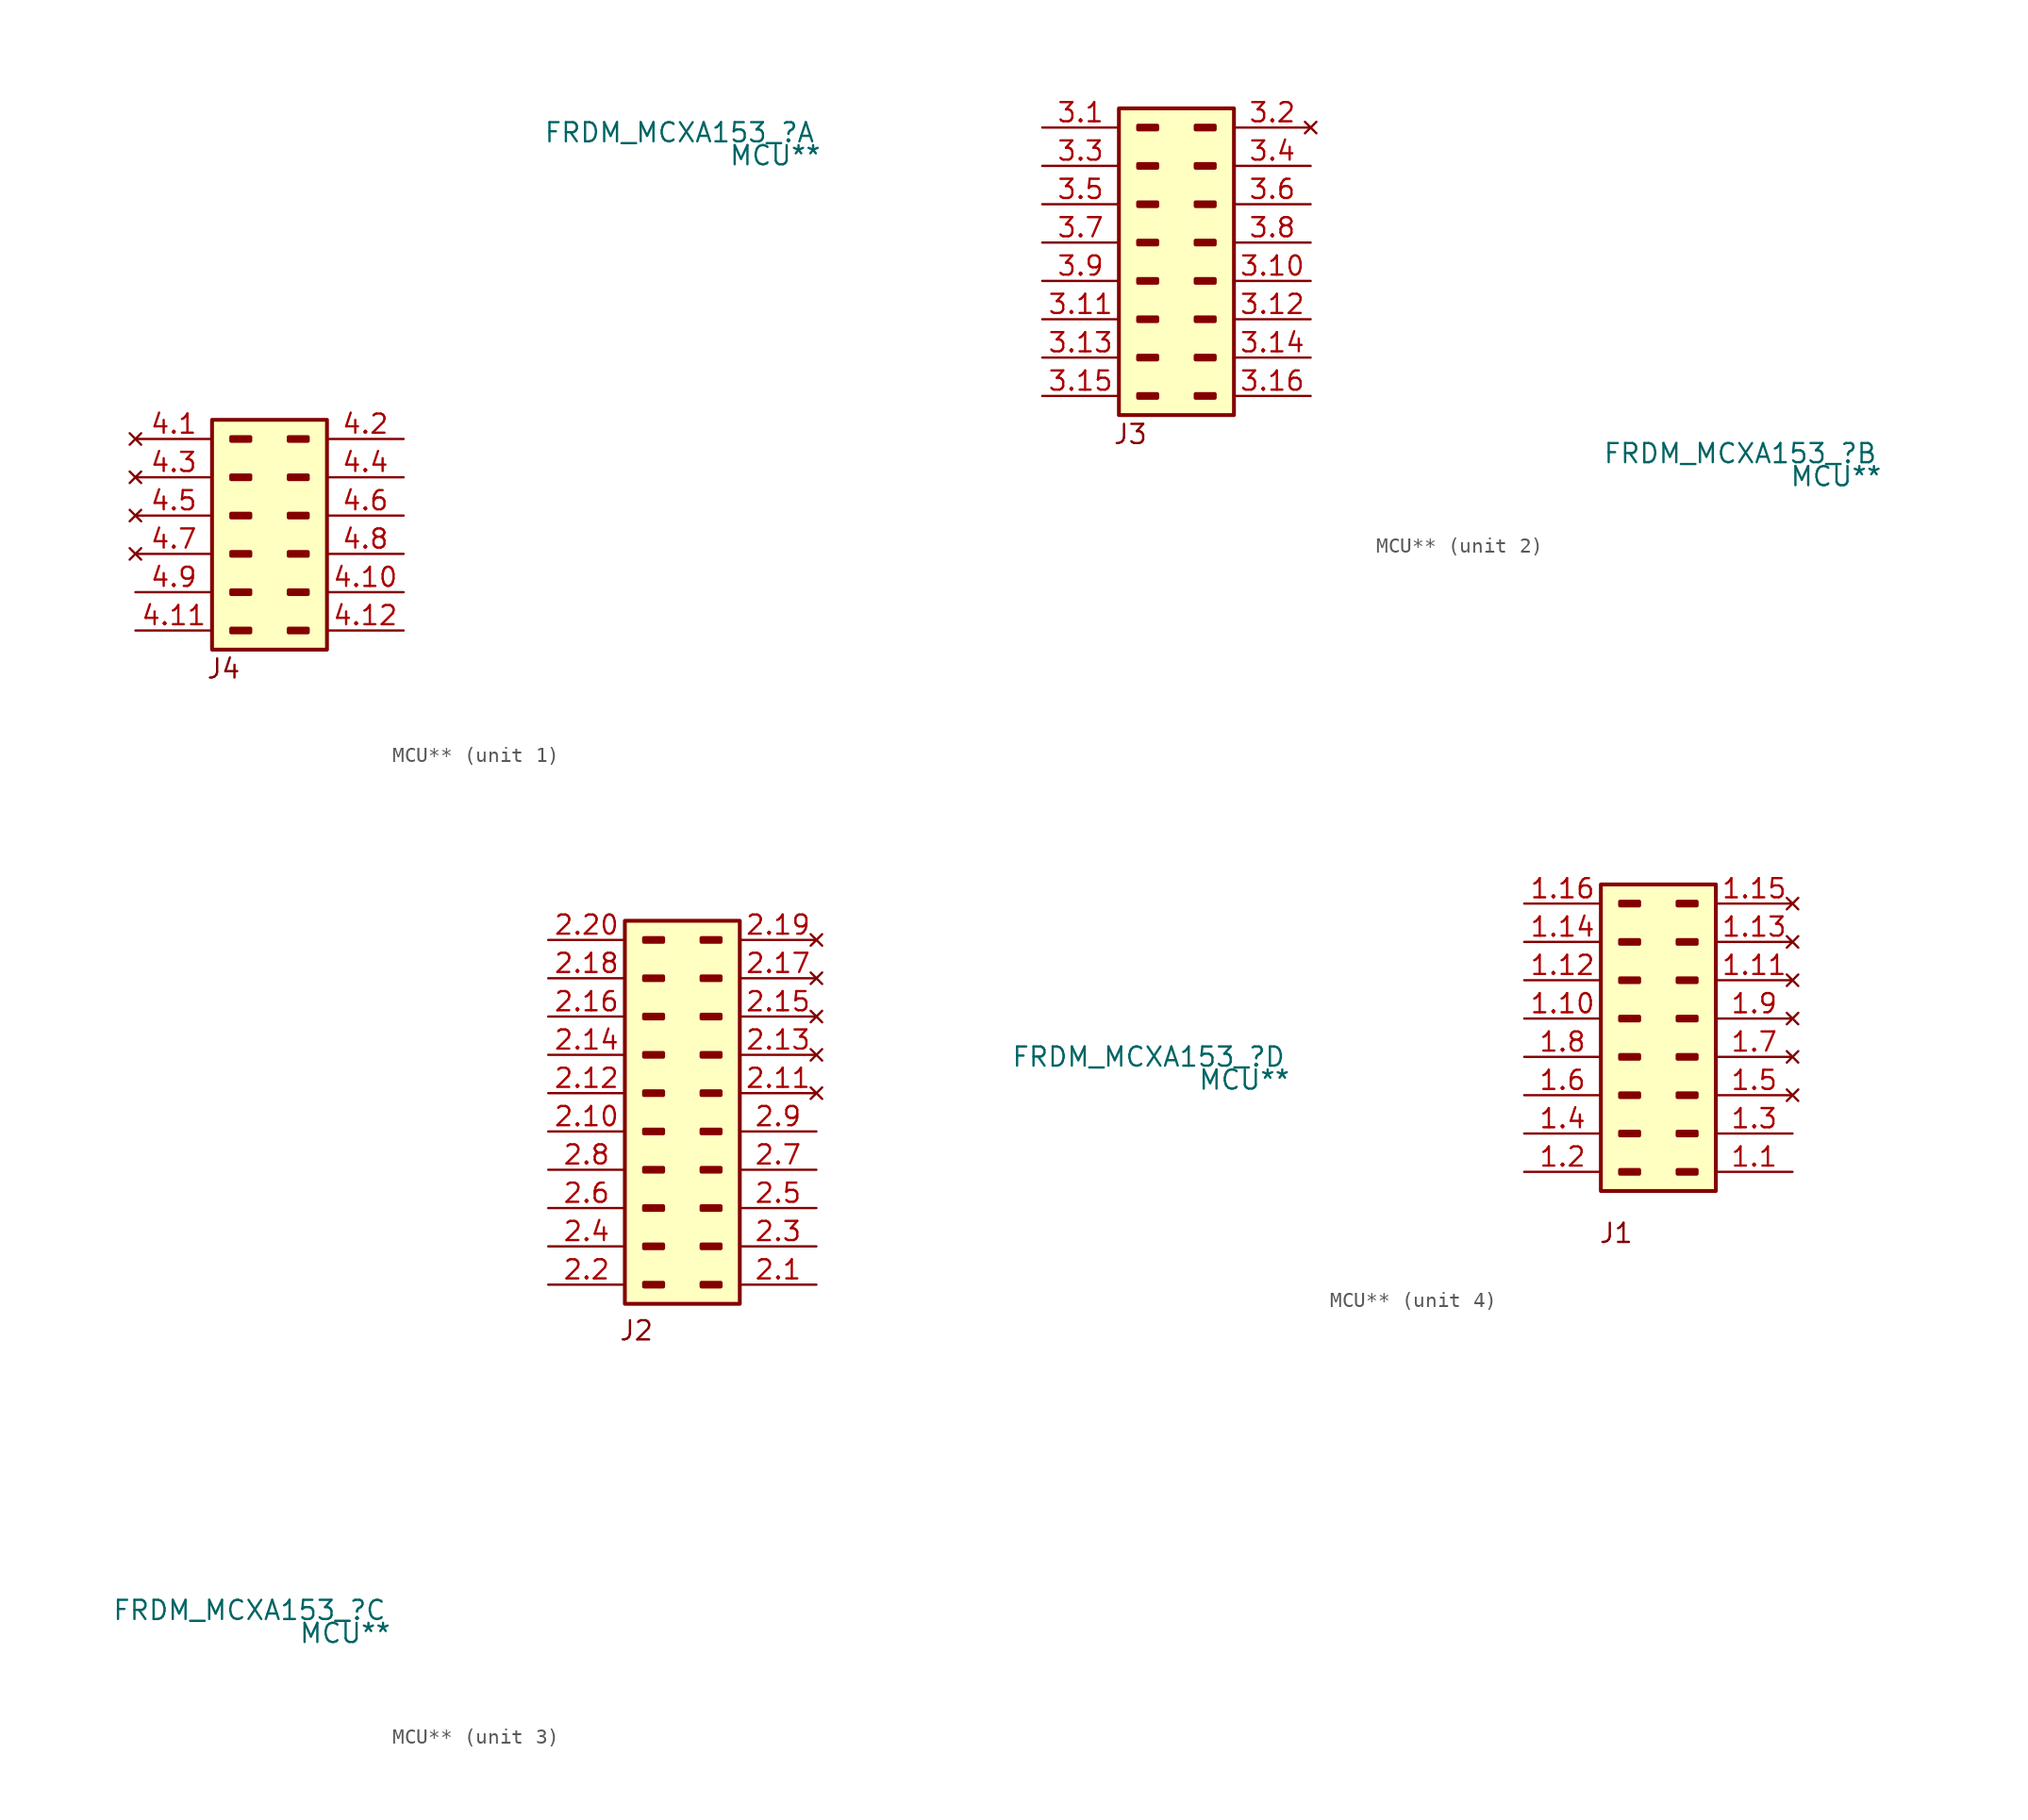
<source format=kicad_sym>
(kicad_symbol_lib
  (version 20241209)
  (generator "kicad_symbol_editor")
  (generator_version "9.0")
  (symbol "MCU**"
    (property "Reference" "FRDM_MCXA153_"
      (at 10.668 36.83 0)
      (effects (font (size 1.27 1.27))))
    (property "Value" "MCU**"
      (at 17.018 35.306 0)
      (effects (font (size 1.27 1.27))))
    (symbol "MCU**_1_0"
      (rectangle (start -20.32 17.78) (end -12.7 2.54) (stroke (width 0.254) (type solid)) (fill (type background)))
      (rectangle (start -19.05 16.637) (end -17.78 16.383) (stroke (width 0.254) (type solid)) (fill (type none)))
      (rectangle (start -19.05 14.097) (end -17.78 13.843) (stroke (width 0.254) (type solid)) (fill (type none)))
      (rectangle (start -19.05 11.557) (end -17.78 11.303) (stroke (width 0.254) (type solid)) (fill (type none)))
      (rectangle (start -19.05 9.017) (end -17.78 8.763) (stroke (width 0.254) (type solid)) (fill (type none)))
      (rectangle (start -19.05 6.477) (end -17.78 6.223) (stroke (width 0.254) (type solid)) (fill (type none)))
      (rectangle (start -19.05 3.937) (end -17.78 3.683) (stroke (width 0.254) (type solid)) (fill (type none)))
      (rectangle (start -15.24 16.637) (end -13.97 16.383) (stroke (width 0.254) (type solid)) (fill (type none)))
      (rectangle (start -15.24 14.097) (end -13.97 13.843) (stroke (width 0.254) (type solid)) (fill (type none)))
      (rectangle (start -15.24 11.557) (end -13.97 11.303) (stroke (width 0.254) (type solid)) (fill (type none)))
      (rectangle (start -15.24 9.017) (end -13.97 8.763) (stroke (width 0.254) (type solid)) (fill (type none)))
      (rectangle (start -15.24 6.477) (end -13.97 6.223) (stroke (width 0.254) (type solid)) (fill (type none)))
      (rectangle (start -15.24 3.937) (end -13.97 3.683) (stroke (width 0.254) (type solid)) (fill (type none)))
      (pin no_connect line (at -25.4 16.51 0) (length 5.08) (name "Pin_1" (effects (font (size 0 0)))) (number "4.1" (effects (font (size 1.27 1.27)))))
      (pin no_connect line (at -25.4 13.97 0) (length 5.08) (name "Pin_3" (effects (font (size 0 0)))) (number "4.3" (effects (font (size 1.27 1.27)))))
      (pin no_connect line (at -25.4 11.43 0) (length 5.08) (name "Pin_5" (effects (font (size 0 0)))) (number "4.5" (effects (font (size 1.27 1.27)))))
      (pin no_connect line (at -25.4 8.89 0) (length 5.08) (name "Pin_7" (effects (font (size 0 0)))) (number "4.7" (effects (font (size 1.27 1.27)))))
      (pin passive line (at -25.4 6.35 0) (length 5.08) (name "Pin_9" (effects (font (size 0 0)))) (number "4.9" (effects (font (size 1.27 1.27)))))
      (pin passive line (at -25.4 3.81 0) (length 5.08) (name "Pin_11" (effects (font (size 0 0)))) (number "4.11" (effects (font (size 1.27 1.27)))))
      (pin passive line (at -7.62 16.51 180) (length 5.08) (name "Pin_2" (effects (font (size 0 0)))) (number "4.2" (effects (font (size 1.27 1.27)))))
      (pin passive line (at -7.62 13.97 180) (length 5.08) (name "Pin_4" (effects (font (size 0 0)))) (number "4.4" (effects (font (size 1.27 1.27)))))
      (pin passive line (at -7.62 11.43 180) (length 5.08) (name "Pin_6" (effects (font (size 0 0)))) (number "4.6" (effects (font (size 1.27 1.27)))))
      (pin passive line (at -7.62 8.89 180) (length 5.08) (name "Pin_8" (effects (font (size 0 0)))) (number "4.8" (effects (font (size 1.27 1.27)))))
      (pin passive line (at -7.62 6.35 180) (length 5.08) (name "Pin_10" (effects (font (size 0 0)))) (number "4.10" (effects (font (size 1.27 1.27)))))
      (pin passive line (at -7.62 3.81 180) (length 5.08) (name "Pin_12" (effects (font (size 0 0)))) (number "4.12" (effects (font (size 1.27 1.27))))))
    (symbol "MCU**_1_1"
      (text "J4" (at -19.558 1.27 0) (effects (font (size 1.27 1.27)))))
    (symbol "MCU**_2_0"
      (rectangle (start -30.48 59.69) (end -22.86 39.37) (stroke (width 0.254) (type solid)) (fill (type background)))
      (rectangle (start -29.21 58.547) (end -27.94 58.293) (stroke (width 0.254) (type solid)) (fill (type none)))
      (rectangle (start -29.21 56.007) (end -27.94 55.753) (stroke (width 0.254) (type solid)) (fill (type none)))
      (rectangle (start -29.21 53.467) (end -27.94 53.213) (stroke (width 0.254) (type solid)) (fill (type none)))
      (rectangle (start -29.21 50.927) (end -27.94 50.673) (stroke (width 0.254) (type solid)) (fill (type none)))
      (rectangle (start -29.21 48.387) (end -27.94 48.133) (stroke (width 0.254) (type solid)) (fill (type none)))
      (rectangle (start -29.21 45.847) (end -27.94 45.593) (stroke (width 0.254) (type solid)) (fill (type none)))
      (rectangle (start -29.21 43.307) (end -27.94 43.053) (stroke (width 0.254) (type solid)) (fill (type none)))
      (rectangle (start -29.21 40.767) (end -27.94 40.513) (stroke (width 0.254) (type solid)) (fill (type none)))
      (rectangle (start -25.4 58.547) (end -24.13 58.293) (stroke (width 0.254) (type solid)) (fill (type none)))
      (rectangle (start -25.4 56.007) (end -24.13 55.753) (stroke (width 0.254) (type solid)) (fill (type none)))
      (rectangle (start -25.4 53.467) (end -24.13 53.213) (stroke (width 0.254) (type solid)) (fill (type none)))
      (rectangle (start -25.4 50.927) (end -24.13 50.673) (stroke (width 0.254) (type solid)) (fill (type none)))
      (rectangle (start -25.4 48.387) (end -24.13 48.133) (stroke (width 0.254) (type solid)) (fill (type none)))
      (rectangle (start -25.4 45.847) (end -24.13 45.593) (stroke (width 0.254) (type solid)) (fill (type none)))
      (rectangle (start -25.4 43.307) (end -24.13 43.053) (stroke (width 0.254) (type solid)) (fill (type none)))
      (rectangle (start -25.4 40.767) (end -24.13 40.513) (stroke (width 0.254) (type solid)) (fill (type none)))
      (pin passive line (at -35.56 58.42 0) (length 5.08) (name "Pin_J3_1" (effects (font (size 0 0)))) (number "3.1" (effects (font (size 1.27 1.27)))))
      (pin passive line (at -35.56 55.88 0) (length 5.08) (name "Pin_J3_3" (effects (font (size 0 0)))) (number "3.3" (effects (font (size 1.27 1.27)))))
      (pin passive line (at -35.56 53.34 0) (length 5.08) (name "Pin_J3_5" (effects (font (size 0 0)))) (number "3.5" (effects (font (size 1.27 1.27)))))
      (pin passive line (at -35.56 50.8 0) (length 5.08) (name "Pin_J3_7" (effects (font (size 0 0)))) (number "3.7" (effects (font (size 1.27 1.27)))))
      (pin passive line (at -35.56 48.26 0) (length 5.08) (name "Pin_J3_9" (effects (font (size 0 0)))) (number "3.9" (effects (font (size 1.27 1.27)))))
      (pin passive line (at -35.56 45.72 0) (length 5.08) (name "Pin_J3_11" (effects (font (size 0 0)))) (number "3.11" (effects (font (size 1.27 1.27)))))
      (pin passive line (at -35.56 43.18 0) (length 5.08) (name "Pin_J3_13" (effects (font (size 0 0)))) (number "3.13" (effects (font (size 1.27 1.27)))))
      (pin passive line (at -35.56 40.64 0) (length 5.08) (name "Pin_J3_15" (effects (font (size 0 0)))) (number "3.15" (effects (font (size 1.27 1.27)))))
      (pin no_connect line (at -17.78 58.42 180) (length 5.08) (name "Pin_J3_2" (effects (font (size 0 0)))) (number "3.2" (effects (font (size 1.27 1.27)))))
      (pin power_out line (at -17.78 55.88 180) (length 5.08) (name "Pin_J3_4_VDDref" (effects (font (size 0 0)))) (number "3.4" (effects (font (size 1.27 1.27)))))
      (pin input line (at -17.78 53.34 180) (length 5.08) (name "Pin_J3_6_Reset" (effects (font (size 0 0)))) (number "3.6" (effects (font (size 1.27 1.27)))))
      (pin power_out line (at -17.78 50.8 180) (length 5.08) (name "Pin_J3_3V3_Out" (effects (font (size 0 0)))) (number "3.8" (effects (font (size 1.27 1.27)))))
      (pin power_out line (at -17.78 48.26 180) (length 5.08) (name "Pin_J3_10_5V_Out" (effects (font (size 0 0)))) (number "3.10" (effects (font (size 1.27 1.27)))))
      (pin power_in line (at -17.78 45.72 180) (length 5.08) (name "Pin_J3_12_GND" (effects (font (size 0 0)))) (number "3.12" (effects (font (size 1.27 1.27)))))
      (pin power_in line (at -17.78 43.18 180) (length 5.08) (name "Pin_J3_14_GND" (effects (font (size 0 0)))) (number "3.14" (effects (font (size 1.27 1.27)))))
      (pin power_in line (at -17.78 40.64 180) (length 5.08) (name "Pin_J3_16_VIN" (effects (font (size 0 0)))) (number "3.16" (effects (font (size 1.27 1.27))))))
    (symbol "MCU**_2_1"
      (text "J3" (at -29.718 38.1 0) (effects (font (size 1.27 1.27)))))
    (symbol "MCU**_3_0"
      (rectangle (start 35.56 82.55) (end 43.18 57.15) (stroke (width 0.254) (type solid)) (fill (type background)))
      (rectangle (start 36.83 81.407) (end 38.1 81.153) (stroke (width 0.254) (type solid)) (fill (type none)))
      (rectangle (start 36.83 78.867) (end 38.1 78.613) (stroke (width 0.254) (type solid)) (fill (type none)))
      (rectangle (start 36.83 76.327) (end 38.1 76.073) (stroke (width 0.254) (type solid)) (fill (type none)))
      (rectangle (start 36.83 73.787) (end 38.1 73.533) (stroke (width 0.254) (type solid)) (fill (type none)))
      (rectangle (start 36.83 71.247) (end 38.1 70.993) (stroke (width 0.254) (type solid)) (fill (type none)))
      (rectangle (start 36.83 68.707) (end 38.1 68.453) (stroke (width 0.254) (type solid)) (fill (type none)))
      (rectangle (start 36.83 66.167) (end 38.1 65.913) (stroke (width 0.254) (type solid)) (fill (type none)))
      (rectangle (start 36.83 63.627) (end 38.1 63.373) (stroke (width 0.254) (type solid)) (fill (type none)))
      (rectangle (start 36.83 61.087) (end 38.1 60.833) (stroke (width 0.254) (type solid)) (fill (type none)))
      (rectangle (start 36.83 58.547) (end 38.1 58.293) (stroke (width 0.254) (type solid)) (fill (type none)))
      (rectangle (start 40.64 81.407) (end 41.91 81.153) (stroke (width 0.254) (type solid)) (fill (type none)))
      (rectangle (start 40.64 78.867) (end 41.91 78.613) (stroke (width 0.254) (type solid)) (fill (type none)))
      (rectangle (start 40.64 76.327) (end 41.91 76.073) (stroke (width 0.254) (type solid)) (fill (type none)))
      (rectangle (start 40.64 73.787) (end 41.91 73.533) (stroke (width 0.254) (type solid)) (fill (type none)))
      (rectangle (start 40.64 71.247) (end 41.91 70.993) (stroke (width 0.254) (type solid)) (fill (type none)))
      (rectangle (start 40.64 68.707) (end 41.91 68.453) (stroke (width 0.254) (type solid)) (fill (type none)))
      (rectangle (start 40.64 66.167) (end 41.91 65.913) (stroke (width 0.254) (type solid)) (fill (type none)))
      (rectangle (start 40.64 63.627) (end 41.91 63.373) (stroke (width 0.254) (type solid)) (fill (type none)))
      (rectangle (start 40.64 61.087) (end 41.91 60.833) (stroke (width 0.254) (type solid)) (fill (type none)))
      (rectangle (start 40.64 58.547) (end 41.91 58.293) (stroke (width 0.254) (type solid)) (fill (type none)))
      (pin passive line (at 30.48 81.28 0) (length 5.08) (name "Pin_J2_20" (effects (font (size 0 0)))) (number "2.20" (effects (font (size 1.27 1.27)))))
      (pin passive line (at 30.48 78.74 0) (length 5.08) (name "Pin_J2_18" (effects (font (size 0 0)))) (number "2.18" (effects (font (size 1.27 1.27)))))
      (pin passive line (at 30.48 76.2 0) (length 5.08) (name "Pin_J2_16" (effects (font (size 0 0)))) (number "2.16" (effects (font (size 1.27 1.27)))))
      (pin power_in line (at 30.48 73.66 0) (length 5.08) (name "GND" (effects (font (size 0 0)))) (number "2.14" (effects (font (size 1.27 1.27)))))
      (pin passive line (at 30.48 71.12 0) (length 5.08) (name "Pin_J2_12" (effects (font (size 0 0)))) (number "2.12" (effects (font (size 1.27 1.27)))))
      (pin passive line (at 30.48 68.58 0) (length 5.08) (name "Pin_J2_10" (effects (font (size 0 0)))) (number "2.10" (effects (font (size 1.27 1.27)))))
      (pin passive line (at 30.48 66.04 0) (length 5.08) (name "Pin_J2_8" (effects (font (size 0 0)))) (number "2.8" (effects (font (size 1.27 1.27)))))
      (pin passive line (at 30.48 63.5 0) (length 5.08) (name "Pin_J2_6" (effects (font (size 0 0)))) (number "2.6" (effects (font (size 1.27 1.27)))))
      (pin passive line (at 30.48 60.96 0) (length 5.08) (name "Pin_J2_4" (effects (font (size 0 0)))) (number "2.4" (effects (font (size 1.27 1.27)))))
      (pin passive line (at 30.48 58.42 0) (length 5.08) (name "Pin_J2_2" (effects (font (size 0 0)))) (number "2.2" (effects (font (size 1.27 1.27)))))
      (pin no_connect line (at 48.26 81.28 180) (length 5.08) (name "Pin_J2_19" (effects (font (size 0 0)))) (number "2.19" (effects (font (size 1.27 1.27)))))
      (pin no_connect line (at 48.26 78.74 180) (length 5.08) (name "Pin_J2_17" (effects (font (size 0 0)))) (number "2.17" (effects (font (size 1.27 1.27)))))
      (pin no_connect line (at 48.26 76.2 180) (length 5.08) (name "Pin_J2_15" (effects (font (size 0 0)))) (number "2.15" (effects (font (size 1.27 1.27)))))
      (pin no_connect line (at 48.26 73.66 180) (length 5.08) (name "Pin_J2_13" (effects (font (size 0 0)))) (number "2.13" (effects (font (size 1.27 1.27)))))
      (pin no_connect line (at 48.26 71.12 180) (length 5.08) (name "Pin_J2_11" (effects (font (size 0 0)))) (number "2.11" (effects (font (size 1.27 1.27)))))
      (pin passive line (at 48.26 68.58 180) (length 5.08) (name "Pin_J2_9" (effects (font (size 0 0)))) (number "2.9" (effects (font (size 1.27 1.27)))))
      (pin passive line (at 48.26 66.04 180) (length 5.08) (name "Pin_J2_7" (effects (font (size 0 0)))) (number "2.7" (effects (font (size 1.27 1.27)))))
      (pin passive line (at 48.26 63.5 180) (length 5.08) (name "Pin_J2_5" (effects (font (size 0 0)))) (number "2.5" (effects (font (size 1.27 1.27)))))
      (pin passive line (at 48.26 60.96 180) (length 5.08) (name "Pin_J2_3" (effects (font (size 0 0)))) (number "2.3" (effects (font (size 1.27 1.27)))))
      (pin passive line (at 48.26 58.42 180) (length 5.08) (name "Pin_J2_1" (effects (font (size 0 0)))) (number "2.1" (effects (font (size 1.27 1.27))))))
    (symbol "MCU**_3_1"
      (text "J2" (at 36.322 55.372 0) (effects (font (size 1.27 1.27)))))
    (symbol "MCU**_4_0"
      (rectangle (start 43.18 46.863) (end 41.91 47.117) (stroke (width 0.254) (type solid)) (fill (type none)))
      (rectangle (start 43.18 44.323) (end 41.91 44.577) (stroke (width 0.254) (type solid)) (fill (type none)))
      (rectangle (start 43.18 41.783) (end 41.91 42.037) (stroke (width 0.254) (type solid)) (fill (type none)))
      (rectangle (start 43.18 39.243) (end 41.91 39.497) (stroke (width 0.254) (type solid)) (fill (type none)))
      (rectangle (start 43.18 36.703) (end 41.91 36.957) (stroke (width 0.254) (type solid)) (fill (type none)))
      (rectangle (start 43.18 34.163) (end 41.91 34.417) (stroke (width 0.254) (type solid)) (fill (type none)))
      (rectangle (start 43.18 31.623) (end 41.91 31.877) (stroke (width 0.254) (type solid)) (fill (type none)))
      (rectangle (start 43.18 29.083) (end 41.91 29.337) (stroke (width 0.254) (type solid)) (fill (type none)))
      (rectangle (start 46.99 46.863) (end 45.72 47.117) (stroke (width 0.254) (type solid)) (fill (type none)))
      (rectangle (start 46.99 44.323) (end 45.72 44.577) (stroke (width 0.254) (type solid)) (fill (type none)))
      (rectangle (start 46.99 41.783) (end 45.72 42.037) (stroke (width 0.254) (type solid)) (fill (type none)))
      (rectangle (start 46.99 39.243) (end 45.72 39.497) (stroke (width 0.254) (type solid)) (fill (type none)))
      (rectangle (start 46.99 36.703) (end 45.72 36.957) (stroke (width 0.254) (type solid)) (fill (type none)))
      (rectangle (start 46.99 34.163) (end 45.72 34.417) (stroke (width 0.254) (type solid)) (fill (type none)))
      (rectangle (start 46.99 31.623) (end 45.72 31.877) (stroke (width 0.254) (type solid)) (fill (type none)))
      (rectangle (start 46.99 29.083) (end 45.72 29.337) (stroke (width 0.254) (type solid)) (fill (type none)))
      (rectangle (start 48.26 27.94) (end 40.64 48.26) (stroke (width 0.254) (type solid)) (fill (type background)))
      (pin passive line (at 35.56 46.99 0) (length 5.08) (name "Pin_J1_16" (effects (font (size 0 0)))) (number "1.16" (effects (font (size 1.27 1.27)))))
      (pin passive line (at 35.56 44.45 0) (length 5.08) (name "Pin_J1_14" (effects (font (size 0 0)))) (number "1.14" (effects (font (size 1.27 1.27)))))
      (pin passive line (at 35.56 41.91 0) (length 5.08) (name "Pin_J1_12" (effects (font (size 0 0)))) (number "1.12" (effects (font (size 1.27 1.27)))))
      (pin passive line (at 35.56 39.37 0) (length 5.08) (name "Pin_J1_10" (effects (font (size 0 0)))) (number "1.10" (effects (font (size 1.27 1.27)))))
      (pin passive line (at 35.56 36.83 0) (length 5.08) (name "Pin_J1_8" (effects (font (size 0 0)))) (number "1.8" (effects (font (size 1.27 1.27)))))
      (pin passive line (at 35.56 34.29 0) (length 5.08) (name "Pin_J1_6" (effects (font (size 0 0)))) (number "1.6" (effects (font (size 1.27 1.27)))))
      (pin passive line (at 35.56 31.75 0) (length 5.08) (name "Pin_J1_4" (effects (font (size 0 0)))) (number "1.4" (effects (font (size 1.27 1.27)))))
      (pin passive line (at 35.56 29.21 0) (length 5.08) (name "Pin_J1_2" (effects (font (size 0 0)))) (number "1.2" (effects (font (size 1.27 1.27)))))
      (pin no_connect line (at 53.34 46.99 180) (length 5.08) (name "Pin_J1_15" (effects (font (size 0 0)))) (number "1.15" (effects (font (size 1.27 1.27)))))
      (pin no_connect line (at 53.34 44.45 180) (length 5.08) (name "Pin_J1_13" (effects (font (size 0 0)))) (number "1.13" (effects (font (size 1.27 1.27)))))
      (pin no_connect line (at 53.34 41.91 180) (length 5.08) (name "Pin_J1_11" (effects (font (size 0 0)))) (number "1.11" (effects (font (size 1.27 1.27)))))
      (pin no_connect line (at 53.34 39.37 180) (length 5.08) (name "Pin_J1_9" (effects (font (size 0 0)))) (number "1.9" (effects (font (size 1.27 1.27)))))
      (pin no_connect line (at 53.34 36.83 180) (length 5.08) (name "Pin_J1_7" (effects (font (size 0 0)))) (number "1.7" (effects (font (size 1.27 1.27)))))
      (pin no_connect line (at 53.34 34.29 180) (length 5.08) (name "Pin_J1_5" (effects (font (size 0 0)))) (number "1.5" (effects (font (size 1.27 1.27)))))
      (pin passive line (at 53.34 31.75 180) (length 5.08) (name "Pin_J1_3" (effects (font (size 0 0)))) (number "1.3" (effects (font (size 1.27 1.27)))))
      (pin passive line (at 53.34 29.21 180) (length 5.08) (name "Pin_J1_1" (effects (font (size 0 0)))) (number "1.1" (effects (font (size 1.27 1.27))))))
    (symbol "MCU**_4_1"
      (text "J1" (at 41.656 25.146 0) (effects (font (size 1.27 1.27)))))))
</source>
